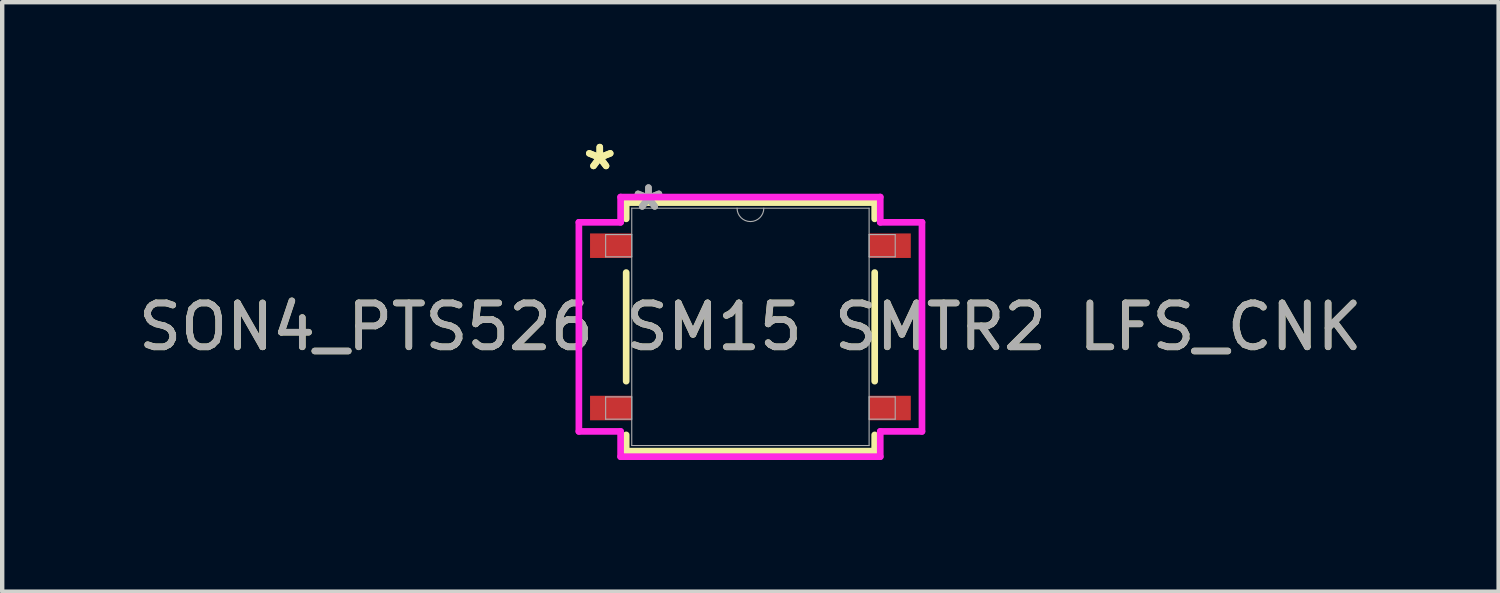
<source format=kicad_pcb>
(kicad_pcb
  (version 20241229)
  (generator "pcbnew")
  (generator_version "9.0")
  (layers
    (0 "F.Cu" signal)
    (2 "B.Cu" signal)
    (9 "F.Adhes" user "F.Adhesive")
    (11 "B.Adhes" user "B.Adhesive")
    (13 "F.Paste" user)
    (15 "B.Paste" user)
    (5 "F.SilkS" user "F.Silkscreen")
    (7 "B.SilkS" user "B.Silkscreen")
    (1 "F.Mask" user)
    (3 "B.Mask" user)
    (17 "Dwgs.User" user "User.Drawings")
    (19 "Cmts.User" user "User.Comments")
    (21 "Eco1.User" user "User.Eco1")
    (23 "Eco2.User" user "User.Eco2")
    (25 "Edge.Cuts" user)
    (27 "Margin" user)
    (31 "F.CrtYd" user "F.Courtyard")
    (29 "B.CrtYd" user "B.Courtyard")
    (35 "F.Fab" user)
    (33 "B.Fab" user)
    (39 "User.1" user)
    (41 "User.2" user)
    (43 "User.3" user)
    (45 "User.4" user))
  (footprint "SON4_PTS526 SM15 SMTR2 LFS_CNK"
    (layer "F.Cu")
    (at 14.054 4.4)
    (property "Reference" "SON4_PTS526 SM15 SMTR2 LFS_CNK" (at 0 0 0) (unlocked yes) (layer "F.SilkS") (effects (font (size 1 1) (thickness 0.15))))
    (attr smd)
    (fp_line (start -2.832 -2.832) (end -2.832 -2.462) (stroke (width 0.152) (type solid)) (layer "F.SilkS"))
    (fp_line (start -2.832 -1.238) (end -2.832 1.238) (stroke (width 0.152) (type solid)) (layer "F.SilkS"))
    (fp_line (start -2.832 2.462) (end -2.832 2.832) (stroke (width 0.152) (type solid)) (layer "F.SilkS"))
    (fp_line (start -2.832 2.832) (end 2.832 2.832) (stroke (width 0.152) (type solid)) (layer "F.SilkS"))
    (fp_line (start 2.832 -2.832) (end -2.832 -2.832) (stroke (width 0.152) (type solid)) (layer "F.SilkS"))
    (fp_line (start 2.832 -2.462) (end 2.832 -2.832) (stroke (width 0.152) (type solid)) (layer "F.SilkS"))
    (fp_line (start 2.832 1.238) (end 2.832 -1.238) (stroke (width 0.152) (type solid)) (layer "F.SilkS"))
    (fp_line (start 2.832 2.832) (end 2.832 2.462) (stroke (width 0.152) (type solid)) (layer "F.SilkS"))
    (fp_line (start -3.91 -2.383) (end -2.959 -2.383) (stroke (width 0.152) (type solid)) (layer "F.CrtYd"))
    (fp_line (start -3.91 2.383) (end -3.91 -2.383) (stroke (width 0.152) (type solid)) (layer "F.CrtYd"))
    (fp_line (start -3.91 2.383) (end -2.959 2.383) (stroke (width 0.152) (type solid)) (layer "F.CrtYd"))
    (fp_line (start -2.959 -2.959) (end 2.959 -2.959) (stroke (width 0.152) (type solid)) (layer "F.CrtYd"))
    (fp_line (start -2.959 -2.383) (end -2.959 -2.959) (stroke (width 0.152) (type solid)) (layer "F.CrtYd"))
    (fp_line (start -2.959 2.959) (end -2.959 2.383) (stroke (width 0.152) (type solid)) (layer "F.CrtYd"))
    (fp_line (start 2.959 -2.959) (end 2.959 -2.383) (stroke (width 0.152) (type solid)) (layer "F.CrtYd"))
    (fp_line (start 2.959 2.383) (end 2.959 2.959) (stroke (width 0.152) (type solid)) (layer "F.CrtYd"))
    (fp_line (start 2.959 2.959) (end -2.959 2.959) (stroke (width 0.152) (type solid)) (layer "F.CrtYd"))
    (fp_line (start 3.91 -2.383) (end 2.959 -2.383) (stroke (width 0.152) (type solid)) (layer "F.CrtYd"))
    (fp_line (start 3.91 -2.383) (end 3.91 2.383) (stroke (width 0.152) (type solid)) (layer "F.CrtYd"))
    (fp_line (start 3.91 2.383) (end 2.959 2.383) (stroke (width 0.152) (type solid)) (layer "F.CrtYd"))
    (fp_line (start -3.3 -2.104) (end -3.3 -1.596) (stroke (width 0.025) (type solid)) (layer "F.Fab"))
    (fp_line (start -3.3 -1.596) (end -2.705 -1.596) (stroke (width 0.025) (type solid)) (layer "F.Fab"))
    (fp_line (start -3.3 1.596) (end -3.3 2.104) (stroke (width 0.025) (type solid)) (layer "F.Fab"))
    (fp_line (start -3.3 2.104) (end -2.705 2.104) (stroke (width 0.025) (type solid)) (layer "F.Fab"))
    (fp_line (start -2.705 -2.705) (end -2.705 2.705) (stroke (width 0.025) (type solid)) (layer "F.Fab"))
    (fp_line (start -2.705 -2.104) (end -3.3 -2.104) (stroke (width 0.025) (type solid)) (layer "F.Fab"))
    (fp_line (start -2.705 -1.596) (end -2.705 -2.104) (stroke (width 0.025) (type solid)) (layer "F.Fab"))
    (fp_line (start -2.705 1.596) (end -3.3 1.596) (stroke (width 0.025) (type solid)) (layer "F.Fab"))
    (fp_line (start -2.705 2.104) (end -2.705 1.596) (stroke (width 0.025) (type solid)) (layer "F.Fab"))
    (fp_line (start -2.705 2.705) (end 2.705 2.705) (stroke (width 0.025) (type solid)) (layer "F.Fab"))
    (fp_line (start 2.705 -2.705) (end -2.705 -2.705) (stroke (width 0.025) (type solid)) (layer "F.Fab"))
    (fp_line (start 2.705 -2.104) (end 2.705 -1.596) (stroke (width 0.025) (type solid)) (layer "F.Fab"))
    (fp_line (start 2.705 -1.596) (end 3.3 -1.596) (stroke (width 0.025) (type solid)) (layer "F.Fab"))
    (fp_line (start 2.705 1.596) (end 2.705 2.104) (stroke (width 0.025) (type solid)) (layer "F.Fab"))
    (fp_line (start 2.705 2.104) (end 3.3 2.104) (stroke (width 0.025) (type solid)) (layer "F.Fab"))
    (fp_line (start 2.705 2.705) (end 2.705 -2.705) (stroke (width 0.025) (type solid)) (layer "F.Fab"))
    (fp_line (start 3.3 -2.104) (end 2.705 -2.104) (stroke (width 0.025) (type solid)) (layer "F.Fab"))
    (fp_line (start 3.3 -1.596) (end 3.3 -2.104) (stroke (width 0.025) (type solid)) (layer "F.Fab"))
    (fp_line (start 3.3 1.596) (end 2.705 1.596) (stroke (width 0.025) (type solid)) (layer "F.Fab"))
    (fp_line (start 3.3 2.104) (end 3.3 1.596) (stroke (width 0.025) (type solid)) (layer "F.Fab"))
    (fp_arc (start 0.3048 -2.7051) (mid 0 -2.4003) (end -0.3048 -2.7051) (stroke (width 0.0254) (type solid)) (layer "F.Fab"))
    (fp_text user "*" (at -3.434 -3.552 0) (layer "F.SilkS") (effects (font (size 1 1) (thickness 0.15))))
    (fp_text user "*" (at -3.434 -3.552 0) (unlocked yes) (layer "F.SilkS") (effects (font (size 1 1) (thickness 0.15))))
    (fp_text user "${REFERENCE}" (at 0 0 0) (unlocked yes) (layer "F.Fab") (effects (font (size 1 1) (thickness 0.15))))
    (fp_text user "*" (at -2.324 -2.629 0) (layer "F.Fab") (effects (font (size 1 1) (thickness 0.15))))
    (fp_text user "*" (at -2.324 -2.629 0) (unlocked yes) (layer "F.Fab") (effects (font (size 1 1) (thickness 0.15))))
    (pad "1" smd rect (at -3.18 -1.85) (size 0.951 0.559) (layers "F.Cu" "F.Mask" "F.Paste"))
    (pad "2" smd rect (at 3.18 -1.85) (size 0.951 0.559) (layers "F.Cu" "F.Mask" "F.Paste"))
    (pad "3" smd rect (at -3.18 1.85) (size 0.951 0.559) (layers "F.Cu" "F.Mask" "F.Paste"))
    (pad "4" smd rect (at 3.18 1.85) (size 0.951 0.559) (layers "F.Cu" "F.Mask" "F.Paste")))
  (gr_rect
    (start -3 -3)
    (end 31.107 10.435)
    (stroke (width 0.1) (type default))
    (fill no)
    (layer "Edge.Cuts")))
</source>
